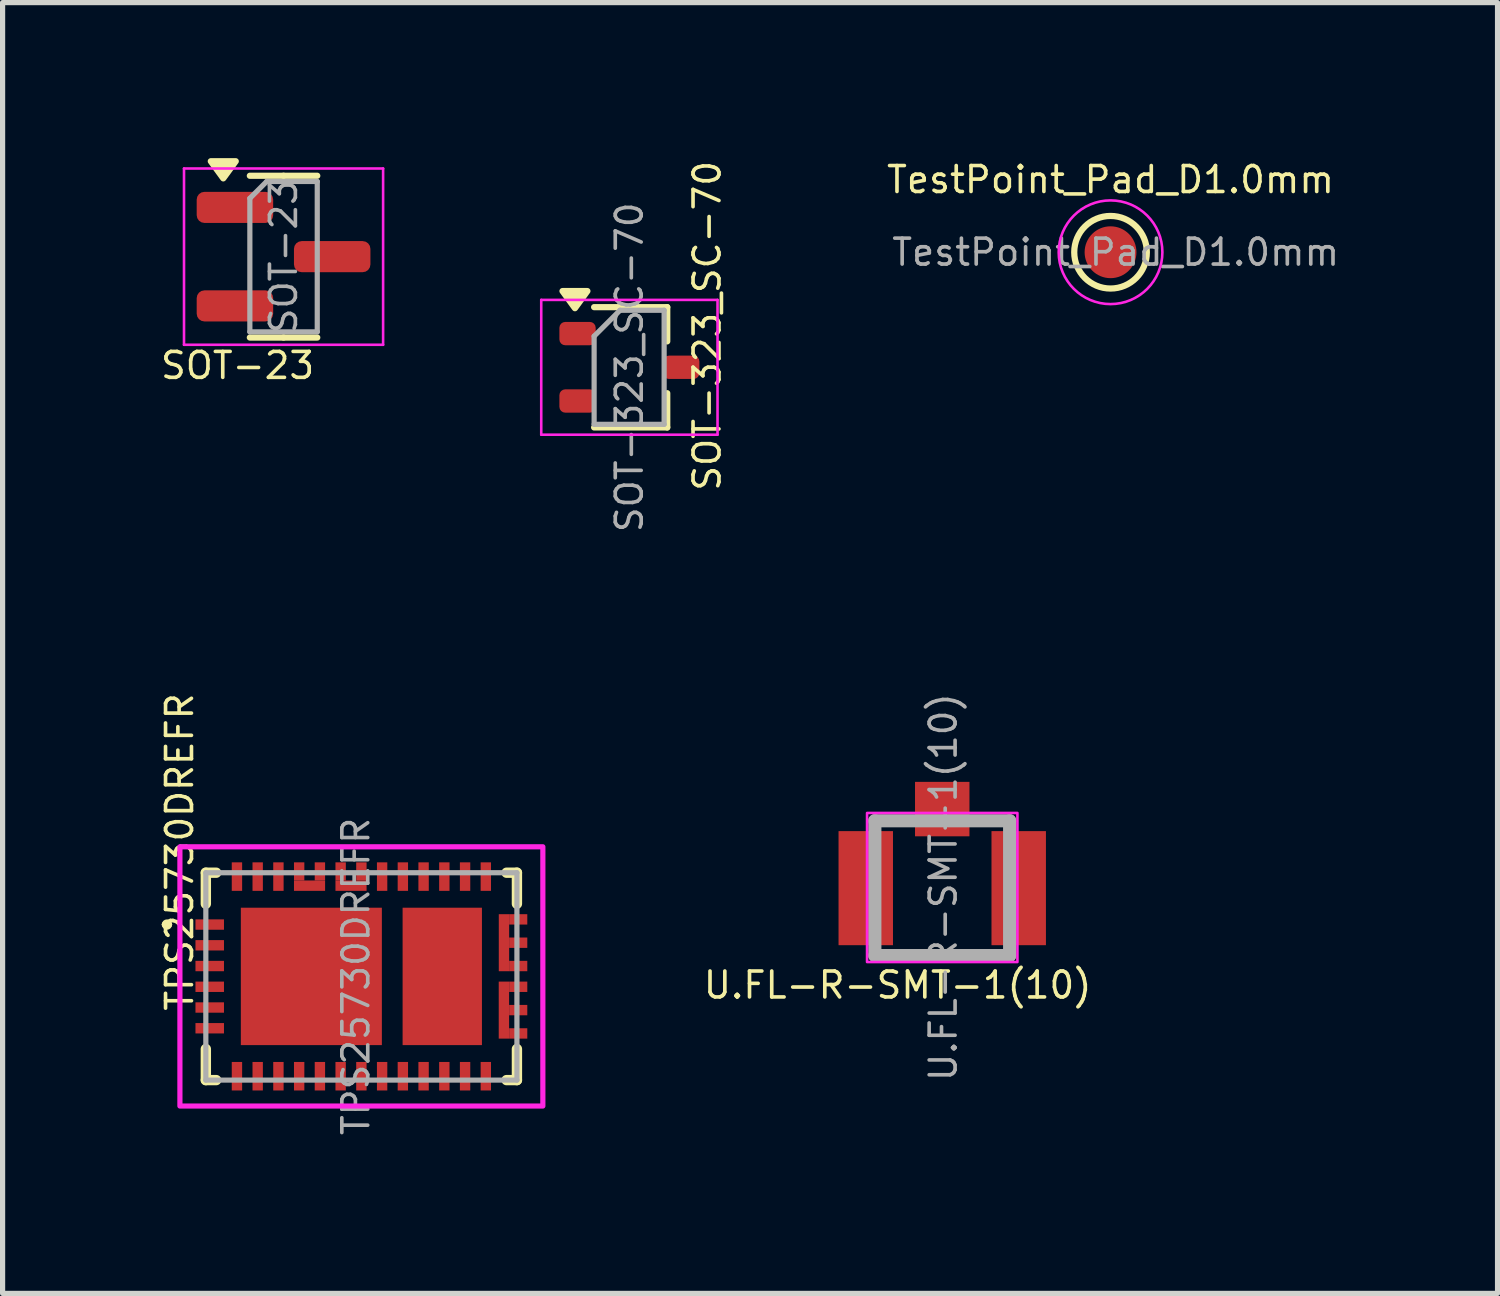
<source format=kicad_pcb>
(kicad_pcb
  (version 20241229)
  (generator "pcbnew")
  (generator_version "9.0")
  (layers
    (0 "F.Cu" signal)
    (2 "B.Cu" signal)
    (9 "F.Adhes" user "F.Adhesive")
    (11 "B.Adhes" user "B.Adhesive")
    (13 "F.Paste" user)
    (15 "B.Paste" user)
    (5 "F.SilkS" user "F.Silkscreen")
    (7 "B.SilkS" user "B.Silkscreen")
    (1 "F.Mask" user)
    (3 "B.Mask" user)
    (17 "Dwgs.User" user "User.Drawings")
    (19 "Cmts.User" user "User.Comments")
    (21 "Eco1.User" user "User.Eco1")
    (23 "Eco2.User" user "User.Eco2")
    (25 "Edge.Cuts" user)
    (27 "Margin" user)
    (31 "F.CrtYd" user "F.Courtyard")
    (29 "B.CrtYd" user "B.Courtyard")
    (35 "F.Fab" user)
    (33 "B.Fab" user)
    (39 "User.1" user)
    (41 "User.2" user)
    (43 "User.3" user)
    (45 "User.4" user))
  (footprint "SOT-23"
    (layer "F.Cu")
    (at 2.419 1.9)
    (property "Reference" "SOT-23" (at -0.887 2.1 0) (layer "F.SilkS") (effects (font (size 0.5 0.5) (thickness 0.07))))
    (attr smd)
    (fp_line (start 0 -1.56) (end -0.65 -1.56) (stroke (width 0.12) (type solid)) (layer "F.SilkS"))
    (fp_line (start 0 -1.56) (end 0.65 -1.56) (stroke (width 0.12) (type solid)) (layer "F.SilkS"))
    (fp_line (start 0 1.56) (end -0.65 1.56) (stroke (width 0.12) (type solid)) (layer "F.SilkS"))
    (fp_line (start 0 1.56) (end 0.65 1.56) (stroke (width 0.12) (type solid)) (layer "F.SilkS"))
    (fp_poly (pts (xy -1.163 -1.51) (xy -1.403 -1.84) (xy -0.922 -1.84) (xy -1.163 -1.51)) (stroke (width 0.12) (type solid)) (fill yes) (layer "F.SilkS"))
    (fp_line (start -1.92 -1.7) (end -1.92 1.7) (stroke (width 0.05) (type solid)) (layer "F.CrtYd"))
    (fp_line (start -1.92 1.7) (end 1.92 1.7) (stroke (width 0.05) (type solid)) (layer "F.CrtYd"))
    (fp_line (start 1.92 -1.7) (end -1.92 -1.7) (stroke (width 0.05) (type solid)) (layer "F.CrtYd"))
    (fp_line (start 1.92 1.7) (end 1.92 -1.7) (stroke (width 0.05) (type solid)) (layer "F.CrtYd"))
    (fp_line (start -0.65 -1.125) (end -0.325 -1.45) (stroke (width 0.1) (type solid)) (layer "F.Fab"))
    (fp_line (start -0.65 1.45) (end -0.65 -1.125) (stroke (width 0.1) (type solid)) (layer "F.Fab"))
    (fp_line (start -0.325 -1.45) (end 0.65 -1.45) (stroke (width 0.1) (type solid)) (layer "F.Fab"))
    (fp_line (start 0.65 -1.45) (end 0.65 1.45) (stroke (width 0.1) (type solid)) (layer "F.Fab"))
    (fp_line (start 0.65 1.45) (end -0.65 1.45) (stroke (width 0.1) (type solid)) (layer "F.Fab"))
    (fp_text user "${REFERENCE}" (at 0 0 90) (layer "F.Fab") (effects (font (size 0.5 0.5) (thickness 0.07))))
    (pad "1" smd roundrect (at -0.938 -0.95) (size 1.475 0.6) (layers "F.Cu" "F.Mask" "F.Paste") (roundrect_rratio 0.25))
    (pad "2" smd roundrect (at -0.938 0.95) (size 1.475 0.6) (layers "F.Cu" "F.Mask" "F.Paste") (roundrect_rratio 0.25))
    (pad "3" smd roundrect (at 0.938 0) (size 1.475 0.6) (layers "F.Cu" "F.Mask" "F.Paste") (roundrect_rratio 0.25)))
  (footprint "TPS25730DREFR"
    (layer "F.Cu")
    (at 3.92 15.782)
    (property "Reference" "TPS25730DREFR" (at -3.505 -2.4 90) (layer "F.SilkS") (effects (font (size 0.5 0.5) (thickness 0.07))))
    (attr smd)
    (fp_line (start -3.8 -1) (end -3.8 -1) (stroke (width 0.1) (type solid)) (layer "F.SilkS"))
    (fp_line (start -3.7 -1) (end -3.7 -1) (stroke (width 0.1) (type solid)) (layer "F.SilkS"))
    (fp_line (start -3 -2) (end -2.8 -2) (stroke (width 0.2) (type solid)) (layer "F.SilkS"))
    (fp_line (start -3 -1.4) (end -3 -2) (stroke (width 0.2) (type solid)) (layer "F.SilkS"))
    (fp_line (start -3 1.4) (end -3 2) (stroke (width 0.2) (type solid)) (layer "F.SilkS"))
    (fp_line (start -3 2) (end -2.8 2) (stroke (width 0.2) (type solid)) (layer "F.SilkS"))
    (fp_line (start 2.8 -2) (end 3 -2) (stroke (width 0.2) (type solid)) (layer "F.SilkS"))
    (fp_line (start 2.8 2) (end 3 2) (stroke (width 0.2) (type solid)) (layer "F.SilkS"))
    (fp_line (start 3 -2) (end 3 -1.4) (stroke (width 0.2) (type solid)) (layer "F.SilkS"))
    (fp_line (start 3 2) (end 3 1.4) (stroke (width 0.2) (type solid)) (layer "F.SilkS"))
    (fp_arc (start -3.8 -1) (mid -3.75 -1.05) (end -3.7 -1) (stroke (width 0.1) (type solid)) (layer "F.SilkS"))
    (fp_arc (start -3.7 -1) (mid -3.75 -0.95) (end -3.8 -1) (stroke (width 0.1) (type solid)) (layer "F.SilkS"))
    (fp_rect (start -3.5 -2.5) (end 3.5 2.5) (stroke (width 0.1) (type default)) (fill no) (layer "F.CrtYd"))
    (fp_line (start -3 -2) (end -3 2) (stroke (width 0.1) (type solid)) (layer "F.Fab"))
    (fp_line (start -3 2) (end 3 2) (stroke (width 0.1) (type solid)) (layer "F.Fab"))
    (fp_line (start 3 -2) (end -3 -2) (stroke (width 0.1) (type solid)) (layer "F.Fab"))
    (fp_line (start 3 2) (end 3 -2) (stroke (width 0.1) (type solid)) (layer "F.Fab"))
    (fp_text user "${REFERENCE}" (at -0.105 0 90) (layer "F.Fab") (effects (font (size 0.5 0.5) (thickness 0.07))))
    (pad "1" smd rect (at -2.925 -1 90) (size 0.2 0.55) (layers "F.Cu" "F.Mask" "F.Paste"))
    (pad "2" smd rect (at -2.925 -0.6 90) (size 0.2 0.55) (layers "F.Cu" "F.Mask" "F.Paste"))
    (pad "3" smd rect (at -2.925 -0.2 90) (size 0.2 0.55) (layers "F.Cu" "F.Mask" "F.Paste"))
    (pad "4" smd rect (at -2.925 0.2 90) (size 0.2 0.55) (layers "F.Cu" "F.Mask" "F.Paste"))
    (pad "5" smd rect (at -2.925 0.6 90) (size 0.2 0.55) (layers "F.Cu" "F.Mask" "F.Paste"))
    (pad "6" smd rect (at -2.925 1 90) (size 0.2 0.55) (layers "F.Cu" "F.Mask" "F.Paste"))
    (pad "7" smd rect (at -2.4 1.925) (size 0.2 0.55) (layers "F.Cu" "F.Mask" "F.Paste"))
    (pad "8" smd rect (at -2 1.925) (size 0.2 0.55) (layers "F.Cu" "F.Mask" "F.Paste"))
    (pad "9" smd rect (at -1.6 1.925) (size 0.2 0.55) (layers "F.Cu" "F.Mask" "F.Paste"))
    (pad "10" smd rect (at -1.2 1.925) (size 0.2 0.55) (layers "F.Cu" "F.Mask" "F.Paste"))
    (pad "11" smd rect (at -0.8 1.925) (size 0.2 0.55) (layers "F.Cu" "F.Mask" "F.Paste"))
    (pad "12" smd rect (at -0.4 1.925) (size 0.2 0.55) (layers "F.Cu" "F.Mask" "F.Paste"))
    (pad "13" smd rect (at 0 1.925) (size 0.2 0.55) (layers "F.Cu" "F.Mask" "F.Paste"))
    (pad "14" smd rect (at 0.4 1.925) (size 0.2 0.55) (layers "F.Cu" "F.Mask" "F.Paste"))
    (pad "15" smd rect (at 0.8 1.925) (size 0.2 0.55) (layers "F.Cu" "F.Mask" "F.Paste"))
    (pad "16" smd rect (at 1.2 1.925) (size 0.2 0.55) (layers "F.Cu" "F.Mask" "F.Paste"))
    (pad "17" smd rect (at 1.6 1.925) (size 0.2 0.55) (layers "F.Cu" "F.Mask" "F.Paste"))
    (pad "18" smd rect (at 2 1.925) (size 0.2 0.55) (layers "F.Cu" "F.Mask" "F.Paste"))
    (pad "19" smd rect (at 2.4 1.925) (size 0.2 0.55) (layers "F.Cu" "F.Mask" "F.Paste"))
    (pad "20" smd rect (at 3.025 1.1 90) (size 0.2 0.35) (layers "F.Cu" "F.Mask" "F.Paste"))
    (pad "21" smd rect (at 3.025 0.65 90) (size 0.2 0.35) (layers "F.Cu" "F.Mask" "F.Paste"))
    (pad "22" smd rect (at 3.025 0.2 90) (size 0.2 0.35) (layers "F.Cu" "F.Mask" "F.Paste"))
    (pad "23" smd rect (at 3.025 -0.2 90) (size 0.2 0.35) (layers "F.Cu" "F.Mask" "F.Paste"))
    (pad "24" smd rect (at 3.025 -0.65 90) (size 0.2 0.35) (layers "F.Cu" "F.Mask" "F.Paste"))
    (pad "25" smd rect (at 3.025 -1.1 90) (size 0.2 0.35) (layers "F.Cu" "F.Mask" "F.Paste"))
    (pad "26" smd rect (at 2.4 -1.925) (size 0.2 0.55) (layers "F.Cu" "F.Mask" "F.Paste"))
    (pad "27" smd rect (at 2 -1.925) (size 0.2 0.55) (layers "F.Cu" "F.Mask" "F.Paste"))
    (pad "28" smd rect (at 1.6 -1.925) (size 0.2 0.55) (layers "F.Cu" "F.Mask" "F.Paste"))
    (pad "29" smd rect (at 1.2 -1.925) (size 0.2 0.55) (layers "F.Cu" "F.Mask" "F.Paste"))
    (pad "30" smd rect (at 0.8 -1.925) (size 0.2 0.55) (layers "F.Cu" "F.Mask" "F.Paste"))
    (pad "31" smd rect (at 0.4 -1.925) (size 0.2 0.55) (layers "F.Cu" "F.Mask" "F.Paste"))
    (pad "32" smd rect (at 0 -2.025) (size 0.2 0.35) (layers "F.Cu" "F.Mask" "F.Paste"))
    (pad "33" smd rect (at -0.4 -2.025) (size 0.2 0.35) (layers "F.Cu" "F.Mask" "F.Paste"))
    (pad "34" smd rect (at -0.8 -2.025) (size 0.2 0.35) (layers "F.Cu" "F.Mask" "F.Paste"))
    (pad "35" smd rect (at -1.2 -2.025) (size 0.2 0.35) (layers "F.Cu" "F.Mask" "F.Paste"))
    (pad "36" smd rect (at -1.6 -1.925) (size 0.2 0.55) (layers "F.Cu" "F.Mask" "F.Paste"))
    (pad "37" smd rect (at -2 -1.925) (size 0.2 0.55) (layers "F.Cu" "F.Mask" "F.Paste"))
    (pad "38" smd rect (at -2.4 -1.925) (size 0.2 0.55) (layers "F.Cu" "F.Mask" "F.Paste"))
    (pad "39" smd rect (at -0.965 0 90) (size 2.65 2.72) (layers "F.Cu" "F.Mask" "F.Paste"))
    (pad "40" smd rect (at 1.56 0) (size 1.53 2.65) (layers "F.Cu" "F.Mask" "F.Paste"))
    (pad "41" smd rect (at 2.749 0.65) (size 0.2 1.1) (layers "F.Cu" "F.Mask" "F.Paste"))
    (pad "42" smd rect (at 2.75 -0.65) (size 0.2 1.1) (layers "F.Cu" "F.Mask" "F.Paste"))
    (pad "43" smd rect (at -0.2 -1.75 90) (size 0.2 0.6) (layers "F.Cu" "F.Mask" "F.Paste"))
    (pad "44" smd rect (at -1 -1.75 90) (size 0.2 0.6) (layers "F.Cu" "F.Mask" "F.Paste")))
  (footprint "SOT-323_SC-70"
    (layer "F.Cu")
    (at 9.089 4.034)
    (property "Reference" "SOT-323_SC-70" (at 1.5 -0.8 270) (layer "F.SilkS") (effects (font (size 0.5 0.5) (thickness 0.07))))
    (attr smd)
    (fp_line (start -0.68 -1.16) (end 0.73 -1.16) (stroke (width 0.12) (type solid)) (layer "F.SilkS"))
    (fp_line (start -0.68 1.16) (end 0.73 1.16) (stroke (width 0.12) (type solid)) (layer "F.SilkS"))
    (fp_line (start 0.73 -1.16) (end 0.73 -0.5) (stroke (width 0.12) (type solid)) (layer "F.SilkS"))
    (fp_line (start 0.73 0.5) (end 0.73 1.16) (stroke (width 0.12) (type solid)) (layer "F.SilkS"))
    (fp_poly (pts (xy -1.05 -1.14) (xy -1.29 -1.47) (xy -0.81 -1.47) (xy -1.05 -1.14)) (stroke (width 0.12) (type solid)) (fill yes) (layer "F.SilkS"))
    (fp_line (start -1.7 -1.3) (end 1.7 -1.3) (stroke (width 0.05) (type solid)) (layer "F.CrtYd"))
    (fp_line (start -1.7 1.3) (end -1.7 -1.3) (stroke (width 0.05) (type solid)) (layer "F.CrtYd"))
    (fp_line (start 1.7 -1.3) (end 1.7 1.3) (stroke (width 0.05) (type solid)) (layer "F.CrtYd"))
    (fp_line (start 1.7 1.3) (end -1.7 1.3) (stroke (width 0.05) (type solid)) (layer "F.CrtYd"))
    (fp_line (start -0.68 -0.6) (end -0.68 1.1) (stroke (width 0.1) (type solid)) (layer "F.Fab"))
    (fp_line (start -0.18 -1.1) (end -0.68 -0.6) (stroke (width 0.1) (type solid)) (layer "F.Fab"))
    (fp_line (start 0.67 -1.1) (end -0.18 -1.1) (stroke (width 0.1) (type solid)) (layer "F.Fab"))
    (fp_line (start 0.67 -1.1) (end 0.67 1.1) (stroke (width 0.1) (type solid)) (layer "F.Fab"))
    (fp_line (start 0.67 1.1) (end -0.68 1.1) (stroke (width 0.1) (type solid)) (layer "F.Fab"))
    (fp_text user "${REFERENCE}" (at 0 0 270) (layer "F.Fab") (effects (font (size 0.5 0.5) (thickness 0.07))))
    (pad "1" smd roundrect (at -1 -0.65 270) (size 0.45 0.7) (layers "F.Cu" "F.Mask" "F.Paste") (roundrect_rratio 0.25))
    (pad "2" smd roundrect (at -1 0.65 270) (size 0.45 0.7) (layers "F.Cu" "F.Mask" "F.Paste") (roundrect_rratio 0.25))
    (pad "3" smd roundrect (at 1 0 270) (size 0.45 0.7) (layers "F.Cu" "F.Mask" "F.Paste") (roundrect_rratio 0.25)))
  (footprint "TestPoint_Pad_D1.0mm"
    (layer "F.Cu")
    (at 18.369 1.815)
    (property "Reference" "TestPoint_Pad_D1.0mm" (at 0 -1.4 180) (layer "F.SilkS") (effects (font (size 0.5 0.5) (thickness 0.07))))
    (attr exclude_from_pos_files exclude_from_bom)
    (fp_circle (center 0 0) (end 0 0.7) (stroke (width 0.12) (type solid)) (fill no) (layer "F.SilkS"))
    (fp_circle (center 0 0) (end 1 0) (stroke (width 0.05) (type solid)) (fill no) (layer "F.CrtYd"))
    (fp_text user "${REFERENCE}" (at 0.1 0 180) (layer "F.Fab") (effects (font (size 0.5 0.5) (thickness 0.07))))
    (pad "1" smd circle (at 0 0) (size 1 1) (layers "F.Cu" "F.Mask")))
  (footprint "U.FL-R-SMT-1(10)"
    (layer "F.Cu")
    (at 15.123 14.08)
    (property "Reference" "U.FL-R-SMT-1(10)" (at -0.86 1.87 0) (layer "F.SilkS") (effects (font (size 0.5 0.5) (thickness 0.07))))
    (attr smd)
    (fp_rect (start -1.45 -1.45) (end 1.45 1.425) (stroke (width 0.05) (type default)) (fill no) (layer "F.CrtYd"))
    (fp_line (start -1.3 -1.3) (end 1.3 -1.3) (stroke (width 0.254) (type solid)) (layer "F.Fab"))
    (fp_line (start -1.3 1.3) (end -1.3 -1.3) (stroke (width 0.254) (type solid)) (layer "F.Fab"))
    (fp_line (start 1.3 -1.3) (end 1.3 1.3) (stroke (width 0.254) (type solid)) (layer "F.Fab"))
    (fp_line (start 1.3 1.3) (end -1.3 1.3) (stroke (width 0.254) (type solid)) (layer "F.Fab"))
    (fp_text user "${REFERENCE}" (at 0.02 -0.02 90) (layer "F.Fab") (effects (font (size 0.5 0.5) (thickness 0.07))))
    (pad "1" smd rect (at 0 -1.525 90) (size 1.05 1.05) (layers "F.Cu" "F.Mask" "F.Paste"))
    (pad "2" smd rect (at 1.475 0) (size 1.05 2.2) (layers "F.Cu" "F.Mask" "F.Paste"))
    (pad "3" smd rect (at -1.475 0) (size 1.05 2.2) (layers "F.Cu" "F.Mask" "F.Paste")))
  (gr_rect
    (start -3 -3)
    (end 25.833 21.896)
    (stroke (width 0.1) (type default))
    (fill no)
    (layer "Edge.Cuts")))
</source>
